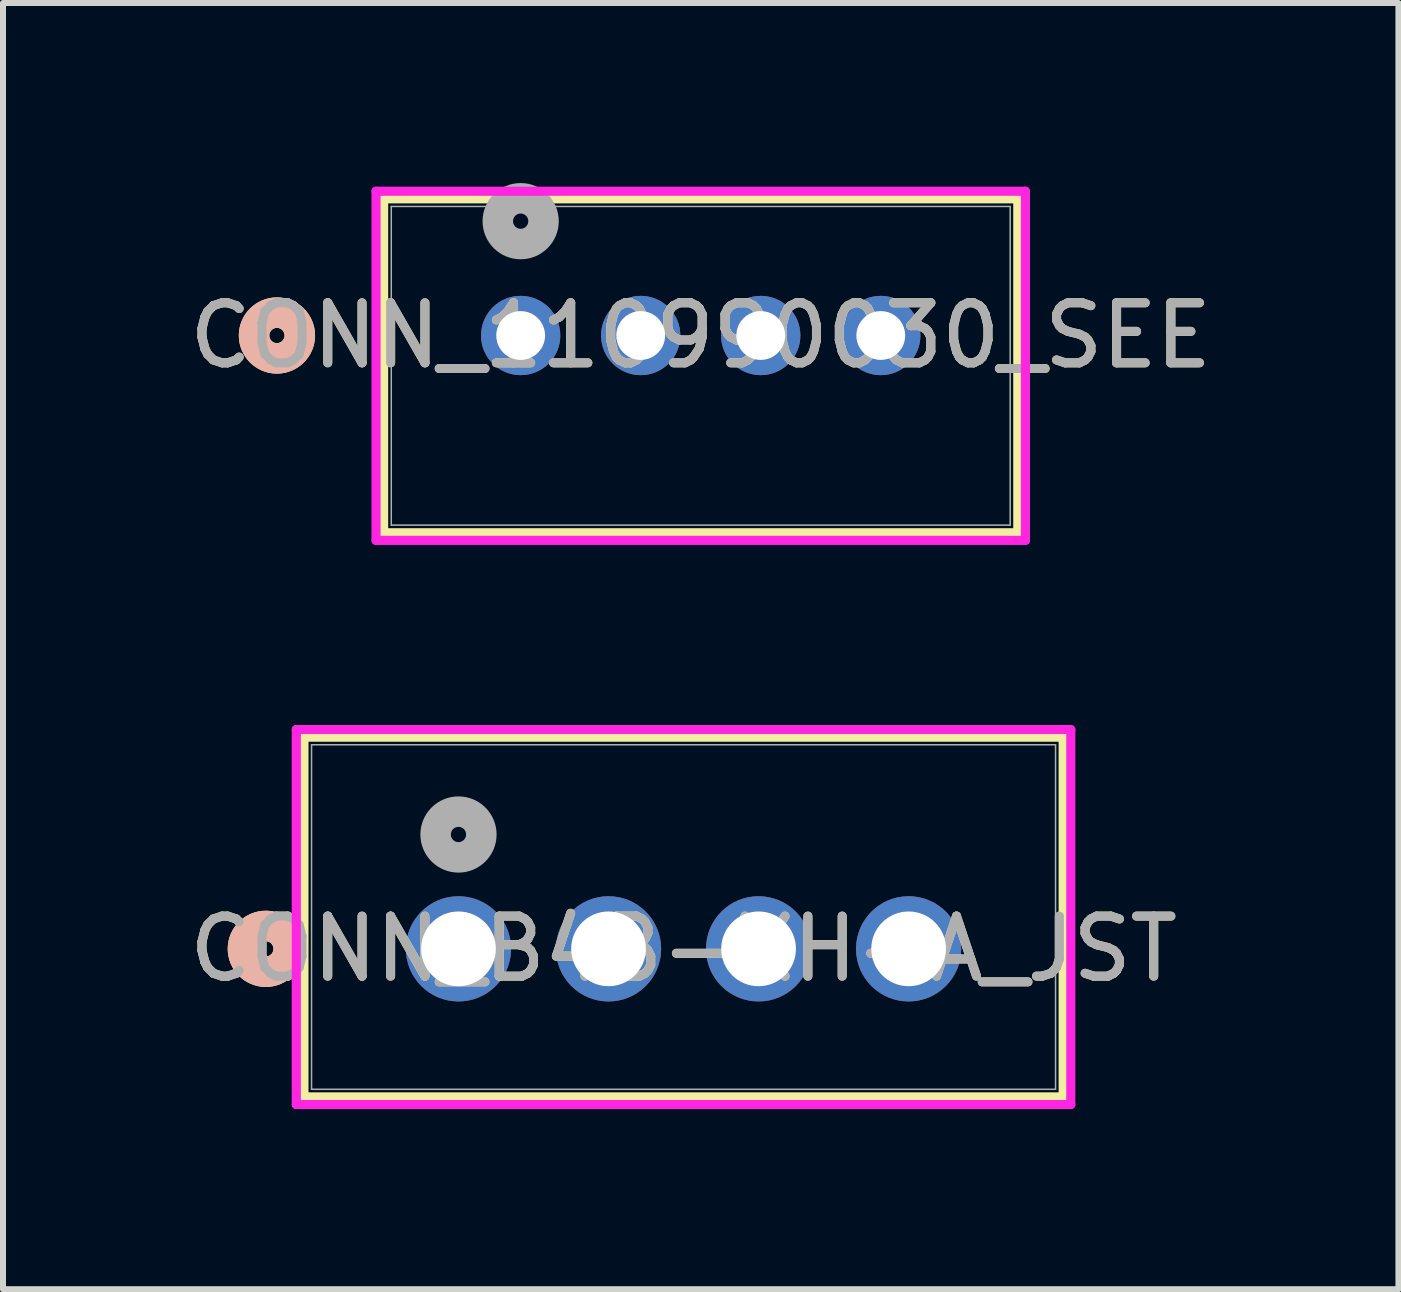
<source format=kicad_pcb>
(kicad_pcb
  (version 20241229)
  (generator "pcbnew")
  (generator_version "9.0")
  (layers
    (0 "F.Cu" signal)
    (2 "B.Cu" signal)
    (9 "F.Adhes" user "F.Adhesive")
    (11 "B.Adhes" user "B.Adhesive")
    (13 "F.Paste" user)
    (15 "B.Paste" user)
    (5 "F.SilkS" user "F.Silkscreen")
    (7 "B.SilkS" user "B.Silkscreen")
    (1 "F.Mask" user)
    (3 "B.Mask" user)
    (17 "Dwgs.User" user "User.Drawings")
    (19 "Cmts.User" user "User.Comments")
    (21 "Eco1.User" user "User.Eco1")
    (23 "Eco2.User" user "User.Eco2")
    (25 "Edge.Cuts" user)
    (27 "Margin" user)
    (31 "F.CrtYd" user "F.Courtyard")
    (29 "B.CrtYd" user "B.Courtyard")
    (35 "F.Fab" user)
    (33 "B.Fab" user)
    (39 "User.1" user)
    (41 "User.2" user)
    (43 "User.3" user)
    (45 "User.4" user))
  (footprint "CONN_B4B-XH-A_JST"
    (layer "F.Cu")
    (at 4.589 12.759)
    (property "Reference" "CONN_B4B-XH-A_JST" (at 3.75 0 0) (unlocked yes) (layer "F.SilkS") (effects (font (size 1 1) (thickness 0.15))))
    (attr through_hole)
    (fp_line (start -2.575 -3.527) (end -2.575 2.467) (stroke (width 0.152) (type solid)) (layer "F.SilkS"))
    (fp_line (start -2.575 2.467) (end 10.075 2.467) (stroke (width 0.152) (type solid)) (layer "F.SilkS"))
    (fp_line (start 10.075 -3.527) (end -2.575 -3.527) (stroke (width 0.152) (type solid)) (layer "F.SilkS"))
    (fp_line (start 10.075 2.467) (end 10.075 -3.527) (stroke (width 0.152) (type solid)) (layer "F.SilkS"))
    (fp_circle (center -3.21 0) (end -2.829 0) (stroke (width 0.508) (type solid)) (fill no) (layer "F.SilkS"))
    (fp_circle (center -3.21 0) (end -2.829 0) (stroke (width 0.508) (type solid)) (fill no) (layer "B.SilkS"))
    (fp_line (start -2.702 -3.654) (end -2.702 2.594) (stroke (width 0.152) (type solid)) (layer "F.CrtYd"))
    (fp_line (start -2.702 2.594) (end 10.202 2.594) (stroke (width 0.152) (type solid)) (layer "F.CrtYd"))
    (fp_line (start 10.202 -3.654) (end -2.702 -3.654) (stroke (width 0.152) (type solid)) (layer "F.CrtYd"))
    (fp_line (start 10.202 2.594) (end 10.202 -3.654) (stroke (width 0.152) (type solid)) (layer "F.CrtYd"))
    (fp_line (start -2.448 -3.4) (end -2.448 2.34) (stroke (width 0.025) (type solid)) (layer "F.Fab"))
    (fp_line (start -2.448 2.34) (end 9.948 2.34) (stroke (width 0.025) (type solid)) (layer "F.Fab"))
    (fp_line (start 9.948 -3.4) (end -2.448 -3.4) (stroke (width 0.025) (type solid)) (layer "F.Fab"))
    (fp_line (start 9.948 2.34) (end 9.948 -3.4) (stroke (width 0.025) (type solid)) (layer "F.Fab"))
    (fp_circle (center 0 -1.905) (end 0.381 -1.905) (stroke (width 0.508) (type solid)) (fill no) (layer "F.Fab"))
    (fp_text user "${REFERENCE}" (at 3.75 0 0) (unlocked yes) (layer "F.Fab") (effects (font (size 1 1) (thickness 0.15))))
    (pad "1" thru_hole circle (at 0 0) (size 1.753 1.753) (drill 1.245) (layers "*.Cu" "*.Mask"))
    (pad "2" thru_hole circle (at 2.5 0) (size 1.753 1.753) (drill 1.245) (layers "*.Cu" "*.Mask"))
    (pad "3" thru_hole circle (at 5 0) (size 1.753 1.753) (drill 1.245) (layers "*.Cu" "*.Mask"))
    (pad "4" thru_hole circle (at 7.5 0) (size 1.753 1.753) (drill 1.245) (layers "*.Cu" "*.Mask")))
  (footprint "CONN_110990030_SEE"
    (layer "F.Cu")
    (at 5.625 2.54)
    (property "Reference" "CONN_110990030_SEE" (at 3 0 0) (unlocked yes) (layer "F.SilkS") (effects (font (size 1 1) (thickness 0.15))))
    (attr through_hole)
    (fp_line (start -2.283 -2.277) (end -2.283 3.286) (stroke (width 0.152) (type solid)) (layer "F.SilkS"))
    (fp_line (start -2.283 3.286) (end 8.283 3.286) (stroke (width 0.152) (type solid)) (layer "F.SilkS"))
    (fp_line (start 8.283 -2.277) (end -2.283 -2.277) (stroke (width 0.152) (type solid)) (layer "F.SilkS"))
    (fp_line (start 8.283 3.286) (end 8.283 -2.277) (stroke (width 0.152) (type solid)) (layer "F.SilkS"))
    (fp_circle (center -4.061 0) (end -3.68 0) (stroke (width 0.508) (type solid)) (fill no) (layer "F.SilkS"))
    (fp_circle (center -4.061 0) (end -3.68 0) (stroke (width 0.508) (type solid)) (fill no) (layer "B.SilkS"))
    (fp_line (start -2.41 -2.404) (end -2.41 3.413) (stroke (width 0.152) (type solid)) (layer "F.CrtYd"))
    (fp_line (start -2.41 3.413) (end 8.41 3.413) (stroke (width 0.152) (type solid)) (layer "F.CrtYd"))
    (fp_line (start 8.41 -2.404) (end -2.41 -2.404) (stroke (width 0.152) (type solid)) (layer "F.CrtYd"))
    (fp_line (start 8.41 3.413) (end 8.41 -2.404) (stroke (width 0.152) (type solid)) (layer "F.CrtYd"))
    (fp_line (start -2.156 -2.15) (end -2.156 3.159) (stroke (width 0.025) (type solid)) (layer "F.Fab"))
    (fp_line (start -2.156 3.159) (end 8.156 3.159) (stroke (width 0.025) (type solid)) (layer "F.Fab"))
    (fp_line (start 8.156 -2.15) (end -2.156 -2.15) (stroke (width 0.025) (type solid)) (layer "F.Fab"))
    (fp_line (start 8.156 3.159) (end 8.156 -2.15) (stroke (width 0.025) (type solid)) (layer "F.Fab"))
    (fp_circle (center 0 -1.905) (end 0.381 -1.905) (stroke (width 0.508) (type solid)) (fill no) (layer "F.Fab"))
    (fp_text user "${REFERENCE}" (at 3 0 0) (unlocked yes) (layer "F.Fab") (effects (font (size 1 1) (thickness 0.15))))
    (pad "1" thru_hole circle (at 0 0) (size 1.321 1.321) (drill 0.813) (layers "*.Cu" "*.Mask"))
    (pad "2" thru_hole circle (at 2 0) (size 1.321 1.321) (drill 0.813) (layers "*.Cu" "*.Mask"))
    (pad "3" thru_hole circle (at 4 0) (size 1.321 1.321) (drill 0.813) (layers "*.Cu" "*.Mask"))
    (pad "4" thru_hole circle (at 6 0) (size 1.321 1.321) (drill 0.813) (layers "*.Cu" "*.Mask")))
  (gr_rect
    (start -3 -3)
    (end 20.25 18.43)
    (stroke (width 0.1) (type default))
    (fill no)
    (layer "Edge.Cuts")))
</source>
